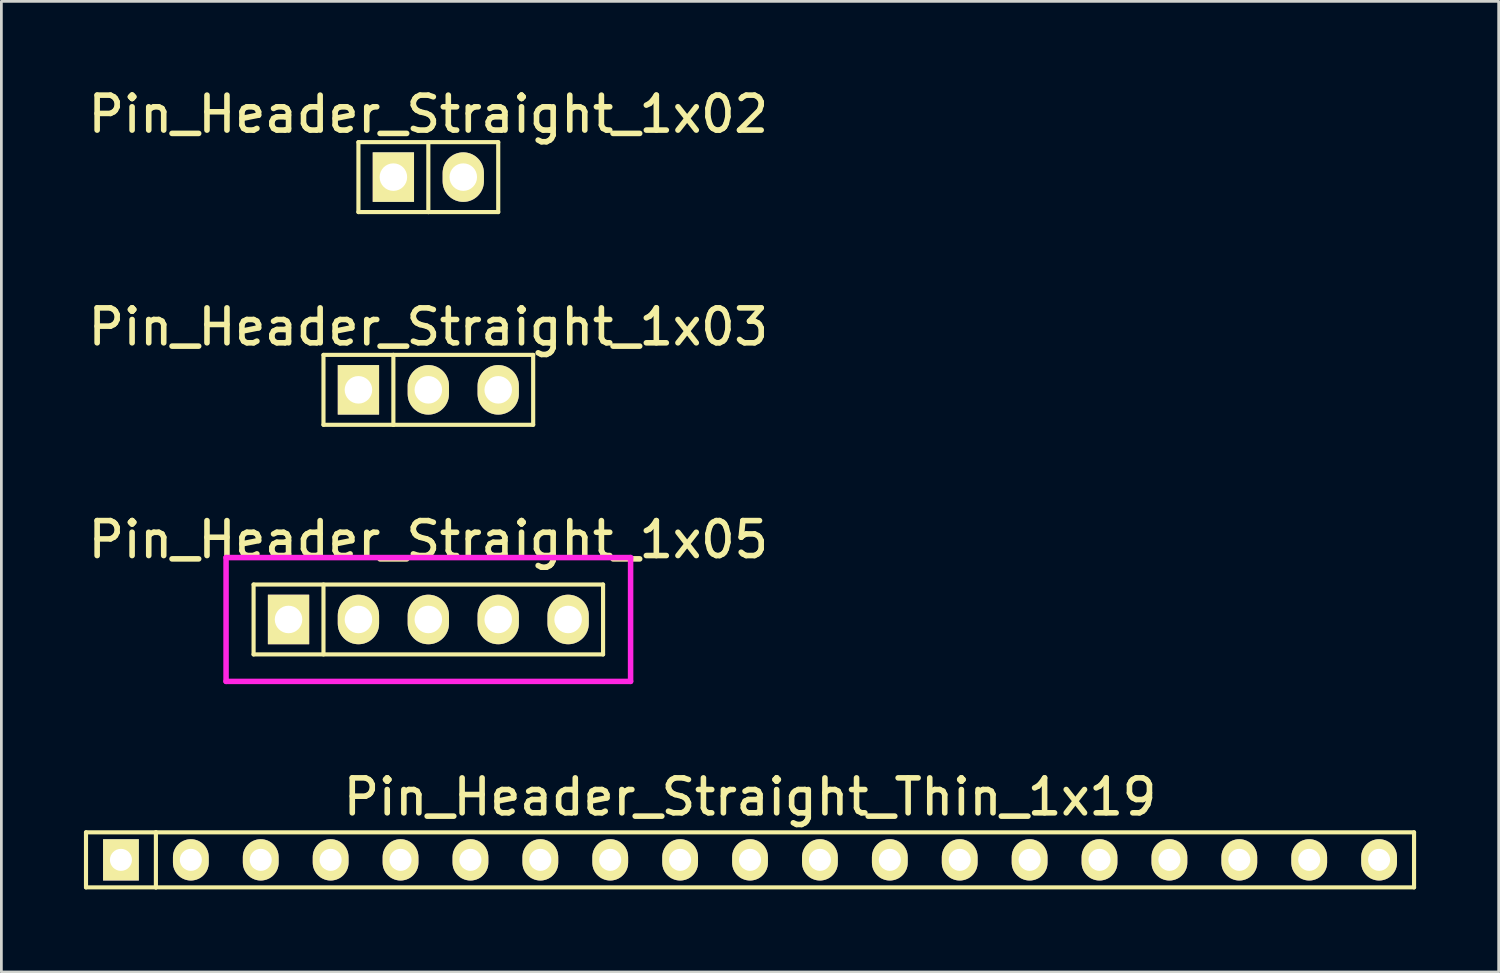
<source format=kicad_pcb>
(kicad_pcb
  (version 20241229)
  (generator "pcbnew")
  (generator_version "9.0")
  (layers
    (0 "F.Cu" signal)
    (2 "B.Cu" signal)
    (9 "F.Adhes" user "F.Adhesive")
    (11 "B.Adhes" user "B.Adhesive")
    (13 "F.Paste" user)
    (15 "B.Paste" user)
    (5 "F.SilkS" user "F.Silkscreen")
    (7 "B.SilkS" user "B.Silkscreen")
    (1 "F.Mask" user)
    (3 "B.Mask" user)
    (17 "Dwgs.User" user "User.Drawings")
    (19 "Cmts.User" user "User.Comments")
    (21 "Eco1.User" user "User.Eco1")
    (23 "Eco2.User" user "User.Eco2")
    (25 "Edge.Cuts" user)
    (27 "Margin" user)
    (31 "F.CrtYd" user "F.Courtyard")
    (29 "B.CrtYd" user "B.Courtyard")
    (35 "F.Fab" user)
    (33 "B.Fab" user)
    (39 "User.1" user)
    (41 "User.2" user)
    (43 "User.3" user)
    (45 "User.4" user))
  (footprint "Pin_Header_Straight_1x02"
    (layer "F.Cu")
    (at 12.515 3.386)
    (property "Reference" "Pin_Header_Straight_1x02" (at 0 -2.286 0) (layer "F.SilkS") (effects (font (size 1.27 1.27) (thickness 0.203))))
    (attr through_hole)
    (fp_line (start -2.54 -1.27) (end -2.54 1.27) (stroke (width 0.15) (type solid)) (layer "F.SilkS"))
    (fp_line (start -2.54 1.27) (end 0 1.27) (stroke (width 0.15) (type solid)) (layer "F.SilkS"))
    (fp_line (start 0 -1.27) (end 0 1.27) (stroke (width 0.15) (type solid)) (layer "F.SilkS"))
    (fp_line (start 0 1.27) (end 2.54 1.27) (stroke (width 0.15) (type solid)) (layer "F.SilkS"))
    (fp_line (start 2.54 -1.27) (end -2.54 -1.27) (stroke (width 0.15) (type solid)) (layer "F.SilkS"))
    (fp_line (start 2.54 1.27) (end 2.54 -1.27) (stroke (width 0.15) (type solid)) (layer "F.SilkS"))
    (pad "1" thru_hole rect (at -1.27 0) (size 1.5 1.8) (drill 1) (layers "*.Cu" "*.Mask" "F.SilkS"))
    (pad "2" thru_hole oval (at 1.27 0) (size 1.5 1.8) (drill 1) (layers "*.Cu" "*.Mask" "F.SilkS")))
  (footprint "Pin_Header_Straight_1x03"
    (layer "F.Cu")
    (at 12.515 11.116)
    (property "Reference" "Pin_Header_Straight_1x03" (at 0 -2.286 0) (layer "F.SilkS") (effects (font (size 1.27 1.27) (thickness 0.203))))
    (attr through_hole)
    (fp_line (start -3.81 -1.27) (end -3.81 1.27) (stroke (width 0.15) (type solid)) (layer "F.SilkS"))
    (fp_line (start -3.81 -1.27) (end -1.27 -1.27) (stroke (width 0.15) (type solid)) (layer "F.SilkS"))
    (fp_line (start -3.81 1.27) (end -1.27 1.27) (stroke (width 0.15) (type solid)) (layer "F.SilkS"))
    (fp_line (start -1.27 -1.27) (end -1.27 1.27) (stroke (width 0.15) (type solid)) (layer "F.SilkS"))
    (fp_line (start -1.27 1.27) (end 3.81 1.27) (stroke (width 0.15) (type solid)) (layer "F.SilkS"))
    (fp_line (start 3.81 -1.27) (end -1.27 -1.27) (stroke (width 0.15) (type solid)) (layer "F.SilkS"))
    (fp_line (start 3.81 1.27) (end 3.81 -1.27) (stroke (width 0.15) (type solid)) (layer "F.SilkS"))
    (pad "1" thru_hole rect (at -2.54 0) (size 1.5 1.8) (drill 1) (layers "*.Cu" "*.Mask" "F.SilkS"))
    (pad "2" thru_hole oval (at 0 0) (size 1.5 1.8) (drill 1) (layers "*.Cu" "*.Mask" "F.SilkS"))
    (pad "3" thru_hole oval (at 2.54 0) (size 1.5 1.8) (drill 1) (layers "*.Cu" "*.Mask" "F.SilkS")))
  (footprint "Pin_Header_Straight_Thin_1x19"
    (layer "F.Cu")
    (at 24.205 28.196)
    (property "Reference" "Pin_Header_Straight_Thin_1x19" (at 0 -2.286 0) (layer "F.SilkS") (effects (font (size 1.27 1.27) (thickness 0.203))))
    (attr through_hole)
    (fp_line (start -24.13 -1) (end -24.13 1) (stroke (width 0.15) (type solid)) (layer "F.SilkS"))
    (fp_line (start -24.13 -1) (end -21.59 -1) (stroke (width 0.15) (type solid)) (layer "F.SilkS"))
    (fp_line (start -24.13 1) (end -21.59 1) (stroke (width 0.15) (type solid)) (layer "F.SilkS"))
    (fp_line (start -21.59 -1) (end -21.59 1) (stroke (width 0.15) (type solid)) (layer "F.SilkS"))
    (fp_line (start -21.59 -1) (end 24.13 -1) (stroke (width 0.15) (type solid)) (layer "F.SilkS"))
    (fp_line (start 24.13 -1) (end 24.13 1) (stroke (width 0.15) (type solid)) (layer "F.SilkS"))
    (fp_line (start 24.13 1) (end -21.59 1) (stroke (width 0.15) (type solid)) (layer "F.SilkS"))
    (pad "1" thru_hole rect (at -22.86 0) (size 1.3 1.5) (drill 0.8) (layers "*.Cu" "*.Mask" "F.SilkS"))
    (pad "2" thru_hole oval (at -20.32 0) (size 1.3 1.5) (drill 0.8) (layers "*.Cu" "*.Mask" "F.SilkS"))
    (pad "3" thru_hole oval (at -17.78 0) (size 1.3 1.5) (drill 0.8) (layers "*.Cu" "*.Mask" "F.SilkS"))
    (pad "4" thru_hole oval (at -15.24 0) (size 1.3 1.5) (drill 0.8) (layers "*.Cu" "*.Mask" "F.SilkS"))
    (pad "5" thru_hole oval (at -12.7 0) (size 1.3 1.5) (drill 0.8) (layers "*.Cu" "*.Mask" "F.SilkS"))
    (pad "6" thru_hole oval (at -10.16 0) (size 1.3 1.5) (drill 0.8) (layers "*.Cu" "*.Mask" "F.SilkS"))
    (pad "7" thru_hole oval (at -7.62 0) (size 1.3 1.5) (drill 0.8) (layers "*.Cu" "*.Mask" "F.SilkS"))
    (pad "8" thru_hole oval (at -5.08 0) (size 1.3 1.5) (drill 0.8) (layers "*.Cu" "*.Mask" "F.SilkS"))
    (pad "9" thru_hole oval (at -2.54 0) (size 1.3 1.5) (drill 0.8) (layers "*.Cu" "*.Mask" "F.SilkS"))
    (pad "10" thru_hole oval (at 0 0) (size 1.3 1.5) (drill 0.8) (layers "*.Cu" "*.Mask" "F.SilkS"))
    (pad "11" thru_hole oval (at 2.54 0) (size 1.3 1.5) (drill 0.8) (layers "*.Cu" "*.Mask" "F.SilkS"))
    (pad "12" thru_hole oval (at 5.08 0) (size 1.3 1.5) (drill 0.8) (layers "*.Cu" "*.Mask" "F.SilkS"))
    (pad "13" thru_hole oval (at 7.62 0) (size 1.3 1.5) (drill 0.8) (layers "*.Cu" "*.Mask" "F.SilkS"))
    (pad "14" thru_hole oval (at 10.16 0) (size 1.3 1.5) (drill 0.8) (layers "*.Cu" "*.Mask" "F.SilkS"))
    (pad "15" thru_hole oval (at 12.7 0) (size 1.3 1.5) (drill 0.8) (layers "*.Cu" "*.Mask" "F.SilkS"))
    (pad "16" thru_hole oval (at 15.24 0) (size 1.3 1.5) (drill 0.8) (layers "*.Cu" "*.Mask" "F.SilkS"))
    (pad "17" thru_hole oval (at 17.78 0) (size 1.3 1.5) (drill 0.8) (layers "*.Cu" "*.Mask" "F.SilkS"))
    (pad "18" thru_hole oval (at 20.32 0) (size 1.3 1.5) (drill 0.8) (layers "*.Cu" "*.Mask" "F.SilkS"))
    (pad "19" thru_hole oval (at 22.86 0) (size 1.3 1.5) (drill 0.8) (layers "*.Cu" "*.Mask" "F.SilkS")))
  (footprint "Pin_Header_Straight_1x05"
    (layer "F.Cu")
    (at 12.515 19.461)
    (property "Reference" "Pin_Header_Straight_1x05" (at 0 -2.9 0) (layer "F.SilkS") (effects (font (size 1.27 1.27) (thickness 0.203))))
    (attr through_hole)
    (fp_line (start -6.35 -1.27) (end -6.35 1.27) (stroke (width 0.15) (type solid)) (layer "F.SilkS"))
    (fp_line (start -6.35 1.27) (end 6.35 1.27) (stroke (width 0.15) (type solid)) (layer "F.SilkS"))
    (fp_line (start -3.81 -1.27) (end -3.81 1.27) (stroke (width 0.15) (type solid)) (layer "F.SilkS"))
    (fp_line (start 6.35 -1.27) (end -6.35 -1.27) (stroke (width 0.15) (type solid)) (layer "F.SilkS"))
    (fp_line (start 6.35 1.27) (end 6.35 -1.27) (stroke (width 0.15) (type solid)) (layer "F.SilkS"))
    (fp_line (start -7.35 -2.25) (end 7.35 -2.25) (stroke (width 0.2) (type solid)) (layer "F.CrtYd"))
    (fp_line (start -7.35 2.25) (end -7.35 -2.25) (stroke (width 0.2) (type solid)) (layer "F.CrtYd"))
    (fp_line (start 7.35 -2.25) (end 7.35 2.25) (stroke (width 0.2) (type solid)) (layer "F.CrtYd"))
    (fp_line (start 7.35 2.25) (end -7.35 2.25) (stroke (width 0.2) (type solid)) (layer "F.CrtYd"))
    (pad "1" thru_hole rect (at -5.08 0) (size 1.5 1.8) (drill 1) (layers "*.Cu" "*.Mask" "F.SilkS"))
    (pad "2" thru_hole oval (at -2.54 0) (size 1.5 1.8) (drill 1) (layers "*.Cu" "*.Mask" "F.SilkS"))
    (pad "3" thru_hole oval (at 0 0) (size 1.5 1.8) (drill 1) (layers "*.Cu" "*.Mask" "F.SilkS"))
    (pad "4" thru_hole oval (at 2.54 0) (size 1.5 1.8) (drill 1) (layers "*.Cu" "*.Mask" "F.SilkS"))
    (pad "5" thru_hole oval (at 5.08 0) (size 1.5 1.8) (drill 1) (layers "*.Cu" "*.Mask" "F.SilkS")))
  (gr_rect
    (start -3 -3)
    (end 51.41 32.271)
    (stroke (width 0.1) (type default))
    (fill no)
    (layer "Edge.Cuts")))
</source>
